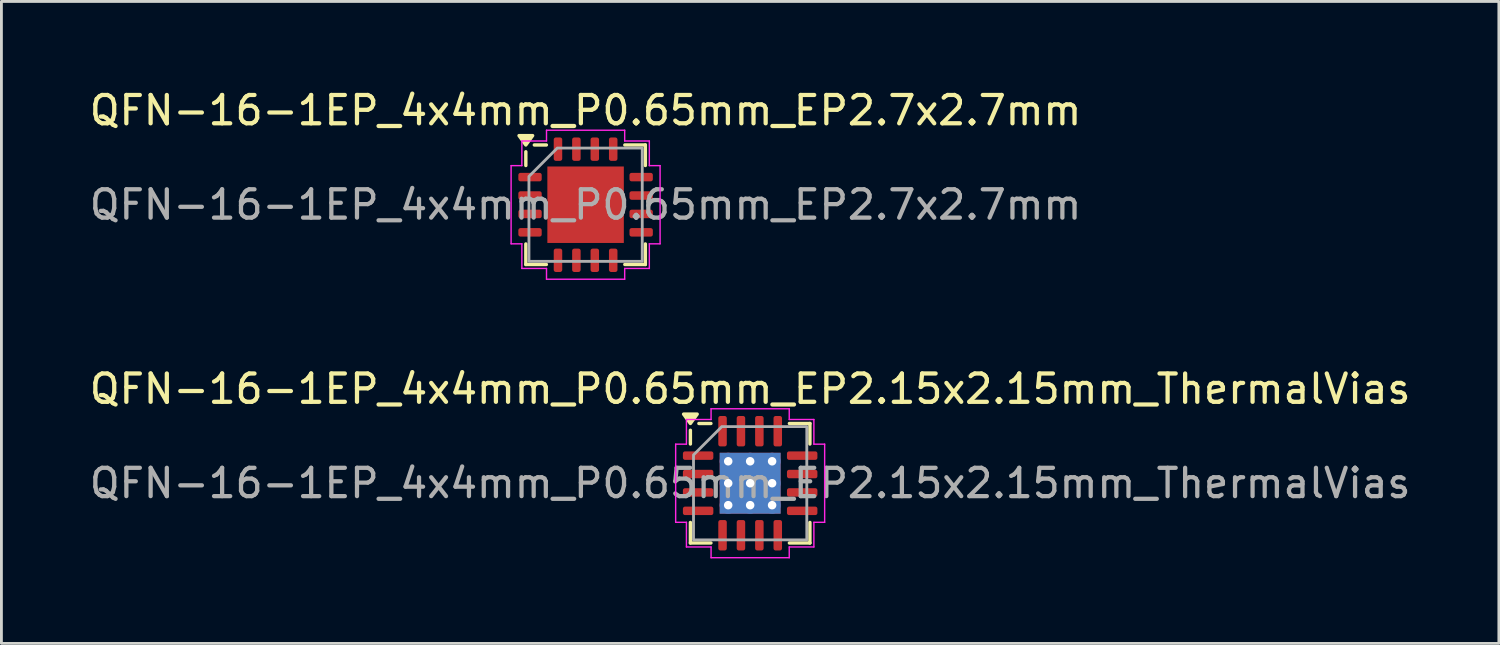
<source format=kicad_pcb>
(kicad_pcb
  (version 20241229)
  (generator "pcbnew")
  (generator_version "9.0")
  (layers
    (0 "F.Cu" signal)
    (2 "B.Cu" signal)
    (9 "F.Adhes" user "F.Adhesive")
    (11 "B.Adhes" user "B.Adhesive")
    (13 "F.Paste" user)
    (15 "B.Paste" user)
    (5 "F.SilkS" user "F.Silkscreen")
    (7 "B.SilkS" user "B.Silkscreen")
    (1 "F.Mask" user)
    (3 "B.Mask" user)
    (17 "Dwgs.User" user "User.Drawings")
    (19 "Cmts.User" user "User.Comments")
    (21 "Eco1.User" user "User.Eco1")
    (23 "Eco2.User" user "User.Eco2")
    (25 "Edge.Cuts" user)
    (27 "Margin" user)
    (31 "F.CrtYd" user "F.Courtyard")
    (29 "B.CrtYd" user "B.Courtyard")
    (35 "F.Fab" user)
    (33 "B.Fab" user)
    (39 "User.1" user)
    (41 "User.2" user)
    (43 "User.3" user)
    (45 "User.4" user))
  (footprint "QFN-16-1EP_4x4mm_P0.65mm_EP2.7x2.7mm"
    (layer "F.Cu")
    (at 17.625 4.178)
    (property "Reference" "QFN-16-1EP_4x4mm_P0.65mm_EP2.7x2.7mm" (at 0 -3.33 0) (layer "F.SilkS") (effects (font (size 1 1) (thickness 0.15))))
    (attr smd)
    (fp_line (start -2.11 -1.385) (end -2.11 -1.87) (stroke (width 0.12) (type solid)) (layer "F.SilkS"))
    (fp_line (start -2.11 2.11) (end -2.11 1.385) (stroke (width 0.12) (type solid)) (layer "F.SilkS"))
    (fp_line (start -1.385 -2.11) (end -1.81 -2.11) (stroke (width 0.12) (type solid)) (layer "F.SilkS"))
    (fp_line (start -1.385 2.11) (end -2.11 2.11) (stroke (width 0.12) (type solid)) (layer "F.SilkS"))
    (fp_line (start 1.385 -2.11) (end 2.11 -2.11) (stroke (width 0.12) (type solid)) (layer "F.SilkS"))
    (fp_line (start 1.385 2.11) (end 2.11 2.11) (stroke (width 0.12) (type solid)) (layer "F.SilkS"))
    (fp_line (start 2.11 -2.11) (end 2.11 -1.385) (stroke (width 0.12) (type solid)) (layer "F.SilkS"))
    (fp_line (start 2.11 2.11) (end 2.11 1.385) (stroke (width 0.12) (type solid)) (layer "F.SilkS"))
    (fp_poly (pts (xy -2.11 -2.11) (xy -2.35 -2.44) (xy -1.87 -2.44)) (stroke (width 0.12) (type solid)) (fill yes) (layer "F.SilkS"))
    (fp_line (start -2.63 -1.38) (end -2.25 -1.38) (stroke (width 0.05) (type solid)) (layer "F.CrtYd"))
    (fp_line (start -2.63 1.38) (end -2.63 -1.38) (stroke (width 0.05) (type solid)) (layer "F.CrtYd"))
    (fp_line (start -2.25 -2.25) (end -1.38 -2.25) (stroke (width 0.05) (type solid)) (layer "F.CrtYd"))
    (fp_line (start -2.25 -1.38) (end -2.25 -2.25) (stroke (width 0.05) (type solid)) (layer "F.CrtYd"))
    (fp_line (start -2.25 1.38) (end -2.63 1.38) (stroke (width 0.05) (type solid)) (layer "F.CrtYd"))
    (fp_line (start -2.25 2.25) (end -2.25 1.38) (stroke (width 0.05) (type solid)) (layer "F.CrtYd"))
    (fp_line (start -1.38 -2.63) (end 1.38 -2.63) (stroke (width 0.05) (type solid)) (layer "F.CrtYd"))
    (fp_line (start -1.38 -2.25) (end -1.38 -2.63) (stroke (width 0.05) (type solid)) (layer "F.CrtYd"))
    (fp_line (start -1.38 2.25) (end -2.25 2.25) (stroke (width 0.05) (type solid)) (layer "F.CrtYd"))
    (fp_line (start -1.38 2.63) (end -1.38 2.25) (stroke (width 0.05) (type solid)) (layer "F.CrtYd"))
    (fp_line (start 1.38 -2.63) (end 1.38 -2.25) (stroke (width 0.05) (type solid)) (layer "F.CrtYd"))
    (fp_line (start 1.38 -2.25) (end 2.25 -2.25) (stroke (width 0.05) (type solid)) (layer "F.CrtYd"))
    (fp_line (start 1.38 2.25) (end 1.38 2.63) (stroke (width 0.05) (type solid)) (layer "F.CrtYd"))
    (fp_line (start 1.38 2.63) (end -1.38 2.63) (stroke (width 0.05) (type solid)) (layer "F.CrtYd"))
    (fp_line (start 2.25 -2.25) (end 2.25 -1.38) (stroke (width 0.05) (type solid)) (layer "F.CrtYd"))
    (fp_line (start 2.25 -1.38) (end 2.63 -1.38) (stroke (width 0.05) (type solid)) (layer "F.CrtYd"))
    (fp_line (start 2.25 1.38) (end 2.25 2.25) (stroke (width 0.05) (type solid)) (layer "F.CrtYd"))
    (fp_line (start 2.25 2.25) (end 1.38 2.25) (stroke (width 0.05) (type solid)) (layer "F.CrtYd"))
    (fp_line (start 2.63 -1.38) (end 2.63 1.38) (stroke (width 0.05) (type solid)) (layer "F.CrtYd"))
    (fp_line (start 2.63 1.38) (end 2.25 1.38) (stroke (width 0.05) (type solid)) (layer "F.CrtYd"))
    (fp_poly (pts (xy -2 -1) (xy -2 2) (xy 2 2) (xy 2 -2) (xy -1 -2)) (stroke (width 0.1) (type solid)) (fill no) (layer "F.Fab"))
    (fp_text user "${REFERENCE}" (at 0 0 0) (layer "F.Fab") (effects (font (size 1 1) (thickness 0.15))))
    (pad "" smd roundrect (at -0.675 -0.675) (size 1.09 1.09) (layers "F.Paste") (roundrect_rratio 0.229))
    (pad "" smd roundrect (at -0.675 0.675) (size 1.09 1.09) (layers "F.Paste") (roundrect_rratio 0.229))
    (pad "" smd roundrect (at 0.675 -0.675) (size 1.09 1.09) (layers "F.Paste") (roundrect_rratio 0.229))
    (pad "" smd roundrect (at 0.675 0.675) (size 1.09 1.09) (layers "F.Paste") (roundrect_rratio 0.229))
    (pad "1" smd roundrect (at -1.962 -0.975) (size 0.825 0.3) (layers "F.Cu" "F.Mask" "F.Paste") (roundrect_rratio 0.25))
    (pad "2" smd roundrect (at -1.962 -0.325) (size 0.825 0.3) (layers "F.Cu" "F.Mask" "F.Paste") (roundrect_rratio 0.25))
    (pad "3" smd roundrect (at -1.962 0.325) (size 0.825 0.3) (layers "F.Cu" "F.Mask" "F.Paste") (roundrect_rratio 0.25))
    (pad "4" smd roundrect (at -1.962 0.975) (size 0.825 0.3) (layers "F.Cu" "F.Mask" "F.Paste") (roundrect_rratio 0.25))
    (pad "5" smd roundrect (at -0.975 1.962) (size 0.3 0.825) (layers "F.Cu" "F.Mask" "F.Paste") (roundrect_rratio 0.25))
    (pad "6" smd roundrect (at -0.325 1.962) (size 0.3 0.825) (layers "F.Cu" "F.Mask" "F.Paste") (roundrect_rratio 0.25))
    (pad "7" smd roundrect (at 0.325 1.962) (size 0.3 0.825) (layers "F.Cu" "F.Mask" "F.Paste") (roundrect_rratio 0.25))
    (pad "8" smd roundrect (at 0.975 1.962) (size 0.3 0.825) (layers "F.Cu" "F.Mask" "F.Paste") (roundrect_rratio 0.25))
    (pad "9" smd roundrect (at 1.962 0.975) (size 0.825 0.3) (layers "F.Cu" "F.Mask" "F.Paste") (roundrect_rratio 0.25))
    (pad "10" smd roundrect (at 1.962 0.325) (size 0.825 0.3) (layers "F.Cu" "F.Mask" "F.Paste") (roundrect_rratio 0.25))
    (pad "11" smd roundrect (at 1.962 -0.325) (size 0.825 0.3) (layers "F.Cu" "F.Mask" "F.Paste") (roundrect_rratio 0.25))
    (pad "12" smd roundrect (at 1.962 -0.975) (size 0.825 0.3) (layers "F.Cu" "F.Mask" "F.Paste") (roundrect_rratio 0.25))
    (pad "13" smd roundrect (at 0.975 -1.962) (size 0.3 0.825) (layers "F.Cu" "F.Mask" "F.Paste") (roundrect_rratio 0.25))
    (pad "14" smd roundrect (at 0.325 -1.962) (size 0.3 0.825) (layers "F.Cu" "F.Mask" "F.Paste") (roundrect_rratio 0.25))
    (pad "15" smd roundrect (at -0.325 -1.962) (size 0.3 0.825) (layers "F.Cu" "F.Mask" "F.Paste") (roundrect_rratio 0.25))
    (pad "16" smd roundrect (at -0.975 -1.962) (size 0.3 0.825) (layers "F.Cu" "F.Mask" "F.Paste") (roundrect_rratio 0.25))
    (pad "17" smd rect (at 0 0) (size 2.7 2.7) (property pad_prop_heatsink) (layers "F.Cu" "F.Mask")))
  (footprint "QFN-16-1EP_4x4mm_P0.65mm_EP2.15x2.15mm_ThermalVias"
    (layer "F.Cu")
    (at 23.435 14.011)
    (property "Reference" "QFN-16-1EP_4x4mm_P0.65mm_EP2.15x2.15mm_ThermalVias" (at 0 -3.33 0) (layer "F.SilkS") (effects (font (size 1 1) (thickness 0.15))))
    (attr smd)
    (fp_line (start -2.11 -1.385) (end -2.11 -1.87) (stroke (width 0.12) (type solid)) (layer "F.SilkS"))
    (fp_line (start -2.11 2.11) (end -2.11 1.385) (stroke (width 0.12) (type solid)) (layer "F.SilkS"))
    (fp_line (start -1.385 -2.11) (end -1.81 -2.11) (stroke (width 0.12) (type solid)) (layer "F.SilkS"))
    (fp_line (start -1.385 2.11) (end -2.11 2.11) (stroke (width 0.12) (type solid)) (layer "F.SilkS"))
    (fp_line (start 1.385 -2.11) (end 2.11 -2.11) (stroke (width 0.12) (type solid)) (layer "F.SilkS"))
    (fp_line (start 1.385 2.11) (end 2.11 2.11) (stroke (width 0.12) (type solid)) (layer "F.SilkS"))
    (fp_line (start 2.11 -2.11) (end 2.11 -1.385) (stroke (width 0.12) (type solid)) (layer "F.SilkS"))
    (fp_line (start 2.11 2.11) (end 2.11 1.385) (stroke (width 0.12) (type solid)) (layer "F.SilkS"))
    (fp_poly (pts (xy -2.11 -2.11) (xy -2.35 -2.44) (xy -1.87 -2.44)) (stroke (width 0.12) (type solid)) (fill yes) (layer "F.SilkS"))
    (fp_line (start -2.63 -1.38) (end -2.25 -1.38) (stroke (width 0.05) (type solid)) (layer "F.CrtYd"))
    (fp_line (start -2.63 1.38) (end -2.63 -1.38) (stroke (width 0.05) (type solid)) (layer "F.CrtYd"))
    (fp_line (start -2.25 -2.25) (end -1.38 -2.25) (stroke (width 0.05) (type solid)) (layer "F.CrtYd"))
    (fp_line (start -2.25 -1.38) (end -2.25 -2.25) (stroke (width 0.05) (type solid)) (layer "F.CrtYd"))
    (fp_line (start -2.25 1.38) (end -2.63 1.38) (stroke (width 0.05) (type solid)) (layer "F.CrtYd"))
    (fp_line (start -2.25 2.25) (end -2.25 1.38) (stroke (width 0.05) (type solid)) (layer "F.CrtYd"))
    (fp_line (start -1.38 -2.63) (end 1.38 -2.63) (stroke (width 0.05) (type solid)) (layer "F.CrtYd"))
    (fp_line (start -1.38 -2.25) (end -1.38 -2.63) (stroke (width 0.05) (type solid)) (layer "F.CrtYd"))
    (fp_line (start -1.38 2.25) (end -2.25 2.25) (stroke (width 0.05) (type solid)) (layer "F.CrtYd"))
    (fp_line (start -1.38 2.63) (end -1.38 2.25) (stroke (width 0.05) (type solid)) (layer "F.CrtYd"))
    (fp_line (start 1.38 -2.63) (end 1.38 -2.25) (stroke (width 0.05) (type solid)) (layer "F.CrtYd"))
    (fp_line (start 1.38 -2.25) (end 2.25 -2.25) (stroke (width 0.05) (type solid)) (layer "F.CrtYd"))
    (fp_line (start 1.38 2.25) (end 1.38 2.63) (stroke (width 0.05) (type solid)) (layer "F.CrtYd"))
    (fp_line (start 1.38 2.63) (end -1.38 2.63) (stroke (width 0.05) (type solid)) (layer "F.CrtYd"))
    (fp_line (start 2.25 -2.25) (end 2.25 -1.38) (stroke (width 0.05) (type solid)) (layer "F.CrtYd"))
    (fp_line (start 2.25 -1.38) (end 2.63 -1.38) (stroke (width 0.05) (type solid)) (layer "F.CrtYd"))
    (fp_line (start 2.25 1.38) (end 2.25 2.25) (stroke (width 0.05) (type solid)) (layer "F.CrtYd"))
    (fp_line (start 2.25 2.25) (end 1.38 2.25) (stroke (width 0.05) (type solid)) (layer "F.CrtYd"))
    (fp_line (start 2.63 -1.38) (end 2.63 1.38) (stroke (width 0.05) (type solid)) (layer "F.CrtYd"))
    (fp_line (start 2.63 1.38) (end 2.25 1.38) (stroke (width 0.05) (type solid)) (layer "F.CrtYd"))
    (fp_poly (pts (xy -2 -1) (xy -2 2) (xy 2 2) (xy 2 -2) (xy -1 -2)) (stroke (width 0.1) (type solid)) (fill no) (layer "F.Fab"))
    (fp_text user "${REFERENCE}" (at 0 0 0) (layer "F.Fab") (effects (font (size 1 1) (thickness 0.15))))
    (pad "" smd roundrect (at -0.54 -0.54) (size 0.93 0.93) (layers "F.Paste") (roundrect_rratio 0.25))
    (pad "" smd roundrect (at -0.54 0.54) (size 0.93 0.93) (layers "F.Paste") (roundrect_rratio 0.25))
    (pad "" smd roundrect (at 0.54 -0.54) (size 0.93 0.93) (layers "F.Paste") (roundrect_rratio 0.25))
    (pad "" smd roundrect (at 0.54 0.54) (size 0.93 0.93) (layers "F.Paste") (roundrect_rratio 0.25))
    (pad "1" smd roundrect (at -1.837 -0.975) (size 1.075 0.3) (layers "F.Cu" "F.Mask" "F.Paste") (roundrect_rratio 0.25))
    (pad "2" smd roundrect (at -1.837 -0.325) (size 1.075 0.3) (layers "F.Cu" "F.Mask" "F.Paste") (roundrect_rratio 0.25))
    (pad "3" smd roundrect (at -1.837 0.325) (size 1.075 0.3) (layers "F.Cu" "F.Mask" "F.Paste") (roundrect_rratio 0.25))
    (pad "4" smd roundrect (at -1.837 0.975) (size 1.075 0.3) (layers "F.Cu" "F.Mask" "F.Paste") (roundrect_rratio 0.25))
    (pad "5" smd roundrect (at -0.975 1.837) (size 0.3 1.075) (layers "F.Cu" "F.Mask" "F.Paste") (roundrect_rratio 0.25))
    (pad "6" smd roundrect (at -0.325 1.837) (size 0.3 1.075) (layers "F.Cu" "F.Mask" "F.Paste") (roundrect_rratio 0.25))
    (pad "7" smd roundrect (at 0.325 1.837) (size 0.3 1.075) (layers "F.Cu" "F.Mask" "F.Paste") (roundrect_rratio 0.25))
    (pad "8" smd roundrect (at 0.975 1.837) (size 0.3 1.075) (layers "F.Cu" "F.Mask" "F.Paste") (roundrect_rratio 0.25))
    (pad "9" smd roundrect (at 1.837 0.975) (size 1.075 0.3) (layers "F.Cu" "F.Mask" "F.Paste") (roundrect_rratio 0.25))
    (pad "10" smd roundrect (at 1.837 0.325) (size 1.075 0.3) (layers "F.Cu" "F.Mask" "F.Paste") (roundrect_rratio 0.25))
    (pad "11" smd roundrect (at 1.837 -0.325) (size 1.075 0.3) (layers "F.Cu" "F.Mask" "F.Paste") (roundrect_rratio 0.25))
    (pad "12" smd roundrect (at 1.837 -0.975) (size 1.075 0.3) (layers "F.Cu" "F.Mask" "F.Paste") (roundrect_rratio 0.25))
    (pad "13" smd roundrect (at 0.975 -1.837) (size 0.3 1.075) (layers "F.Cu" "F.Mask" "F.Paste") (roundrect_rratio 0.25))
    (pad "14" smd roundrect (at 0.325 -1.837) (size 0.3 1.075) (layers "F.Cu" "F.Mask" "F.Paste") (roundrect_rratio 0.25))
    (pad "15" smd roundrect (at -0.325 -1.837) (size 0.3 1.075) (layers "F.Cu" "F.Mask" "F.Paste") (roundrect_rratio 0.25))
    (pad "16" smd roundrect (at -0.975 -1.837) (size 0.3 1.075) (layers "F.Cu" "F.Mask" "F.Paste") (roundrect_rratio 0.25))
    (pad "17" thru_hole circle (at -0.775 -0.775) (size 0.6 0.6) (drill 0.3) (property pad_prop_heatsink) (layers "*.Cu"))
    (pad "17" thru_hole circle (at -0.775 0) (size 0.6 0.6) (drill 0.3) (property pad_prop_heatsink) (layers "*.Cu"))
    (pad "17" thru_hole circle (at -0.775 0.775) (size 0.6 0.6) (drill 0.3) (property pad_prop_heatsink) (layers "*.Cu"))
    (pad "17" thru_hole circle (at 0 -0.775) (size 0.6 0.6) (drill 0.3) (property pad_prop_heatsink) (layers "*.Cu"))
    (pad "17" thru_hole circle (at 0 0) (size 0.6 0.6) (drill 0.3) (property pad_prop_heatsink) (layers "*.Cu"))
    (pad "17" smd rect (at 0 0) (size 2.15 2.15) (property pad_prop_heatsink) (layers "F.Cu" "F.Mask"))
    (pad "17" smd rect (at 0 0) (size 2.15 2.15) (property pad_prop_heatsink) (layers "B.Cu"))
    (pad "17" thru_hole circle (at 0 0.775) (size 0.6 0.6) (drill 0.3) (property pad_prop_heatsink) (layers "*.Cu"))
    (pad "17" thru_hole circle (at 0.775 -0.775) (size 0.6 0.6) (drill 0.3) (property pad_prop_heatsink) (layers "*.Cu"))
    (pad "17" thru_hole circle (at 0.775 0) (size 0.6 0.6) (drill 0.3) (property pad_prop_heatsink) (layers "*.Cu"))
    (pad "17" thru_hole circle (at 0.775 0.775) (size 0.6 0.6) (drill 0.3) (property pad_prop_heatsink) (layers "*.Cu")))
  (gr_rect
    (start -3 -3)
    (end 49.869 19.666)
    (stroke (width 0.1) (type default))
    (fill no)
    (layer "Edge.Cuts")))
</source>
